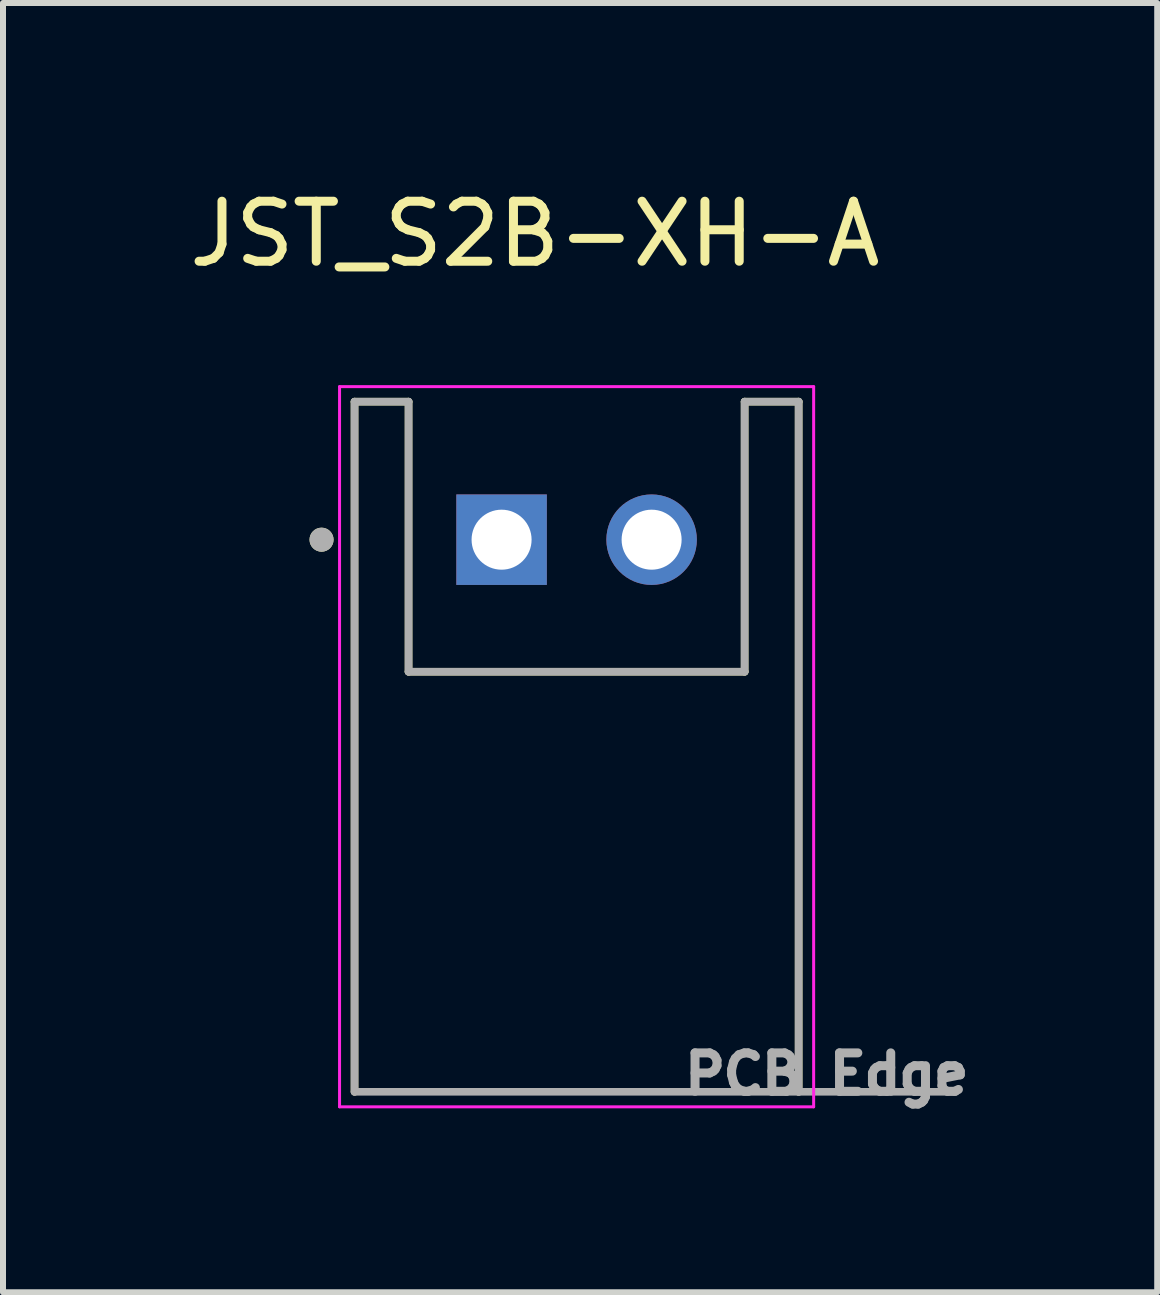
<source format=kicad_pcb>
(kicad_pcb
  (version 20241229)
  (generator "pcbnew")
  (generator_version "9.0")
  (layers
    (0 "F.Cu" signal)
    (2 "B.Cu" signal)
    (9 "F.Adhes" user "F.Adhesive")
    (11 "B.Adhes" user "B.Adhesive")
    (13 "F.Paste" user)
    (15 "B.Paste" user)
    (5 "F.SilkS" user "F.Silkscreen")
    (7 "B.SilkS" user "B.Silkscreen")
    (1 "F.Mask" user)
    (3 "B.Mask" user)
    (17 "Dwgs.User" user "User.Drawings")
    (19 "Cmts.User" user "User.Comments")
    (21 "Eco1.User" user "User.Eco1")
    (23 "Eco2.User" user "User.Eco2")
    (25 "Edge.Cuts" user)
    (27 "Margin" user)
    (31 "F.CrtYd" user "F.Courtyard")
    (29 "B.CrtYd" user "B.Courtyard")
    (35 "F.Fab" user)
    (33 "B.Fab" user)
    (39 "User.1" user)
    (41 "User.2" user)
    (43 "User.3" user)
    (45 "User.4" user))
  (footprint "JST_S2B-XH-A"
    (layer "F.Cu")
    (at 6.558 11.643)
    (property "Reference" "JST_S2B-XH-A" (at -0.695 -10.795 0) (layer "F.SilkS") (effects (font (size 1 1) (thickness 0.15))))
    (attr through_hole)
    (fp_line (start -3.7 -8) (end -3.7 3.5) (stroke (width 0.127) (type solid)) (layer "F.SilkS"))
    (fp_line (start -2.8 -8) (end -3.7 -8) (stroke (width 0.127) (type solid)) (layer "F.SilkS"))
    (fp_line (start -2.8 -3.5) (end -2.8 -8) (stroke (width 0.127) (type solid)) (layer "F.SilkS"))
    (fp_line (start 2.8 -8) (end 2.8 -3.5) (stroke (width 0.127) (type solid)) (layer "F.SilkS"))
    (fp_line (start 2.8 -3.5) (end -2.8 -3.5) (stroke (width 0.127) (type solid)) (layer "F.SilkS"))
    (fp_line (start 3.7 -8) (end 2.8 -8) (stroke (width 0.127) (type solid)) (layer "F.SilkS"))
    (fp_line (start 3.7 3.5) (end 3.7 -8) (stroke (width 0.127) (type solid)) (layer "F.SilkS"))
    (fp_circle (center -4.25 -5.7) (end -4.15 -5.7) (stroke (width 0.2) (type solid)) (fill no) (layer "F.SilkS"))
    (fp_line (start -3.95 -8.25) (end -3.95 3.75) (stroke (width 0.05) (type solid)) (layer "F.CrtYd"))
    (fp_line (start -3.95 3.75) (end 3.95 3.75) (stroke (width 0.05) (type solid)) (layer "F.CrtYd"))
    (fp_line (start 3.95 -8.25) (end -3.95 -8.25) (stroke (width 0.05) (type solid)) (layer "F.CrtYd"))
    (fp_line (start 3.95 3.75) (end 3.95 -8.25) (stroke (width 0.05) (type solid)) (layer "F.CrtYd"))
    (fp_line (start -3.7 -8) (end -3.7 3.5) (stroke (width 0.127) (type solid)) (layer "F.Fab"))
    (fp_line (start -3.7 3.5) (end 3.7 3.5) (stroke (width 0.127) (type solid)) (layer "F.Fab"))
    (fp_line (start -2.8 -8) (end -3.7 -8) (stroke (width 0.127) (type solid)) (layer "F.Fab"))
    (fp_line (start -2.8 -3.5) (end -2.8 -8) (stroke (width 0.127) (type solid)) (layer "F.Fab"))
    (fp_line (start 2.8 -8) (end 2.8 -3.5) (stroke (width 0.127) (type solid)) (layer "F.Fab"))
    (fp_line (start 2.8 -3.5) (end -2.8 -3.5) (stroke (width 0.127) (type solid)) (layer "F.Fab"))
    (fp_line (start 3.7 -8) (end 2.8 -8) (stroke (width 0.127) (type solid)) (layer "F.Fab"))
    (fp_line (start 3.7 3.5) (end 3.7 -8) (stroke (width 0.127) (type solid)) (layer "F.Fab"))
    (fp_line (start 3.7 3.5) (end 6.32 3.5) (stroke (width 0.127) (type solid)) (layer "F.Fab"))
    (fp_circle (center -4.25 -5.7) (end -4.15 -5.7) (stroke (width 0.2) (type solid)) (fill no) (layer "F.Fab"))
    (fp_text user "PCB Edge" (at 4.168 3.203 0) (layer "F.Fab") (effects (font (size 0.64 0.64) (thickness 0.15))))
    (pad "1" thru_hole rect (at -1.25 -5.7) (size 1.508 1.508) (drill 1) (layers "*.Cu" "*.Mask"))
    (pad "2" thru_hole circle (at 1.25 -5.7) (size 1.508 1.508) (drill 1) (layers "*.Cu" "*.Mask")))
  (gr_rect
    (start -3 -3)
    (end 16.233 18.483)
    (stroke (width 0.1) (type default))
    (fill no)
    (layer "Edge.Cuts")))
</source>
